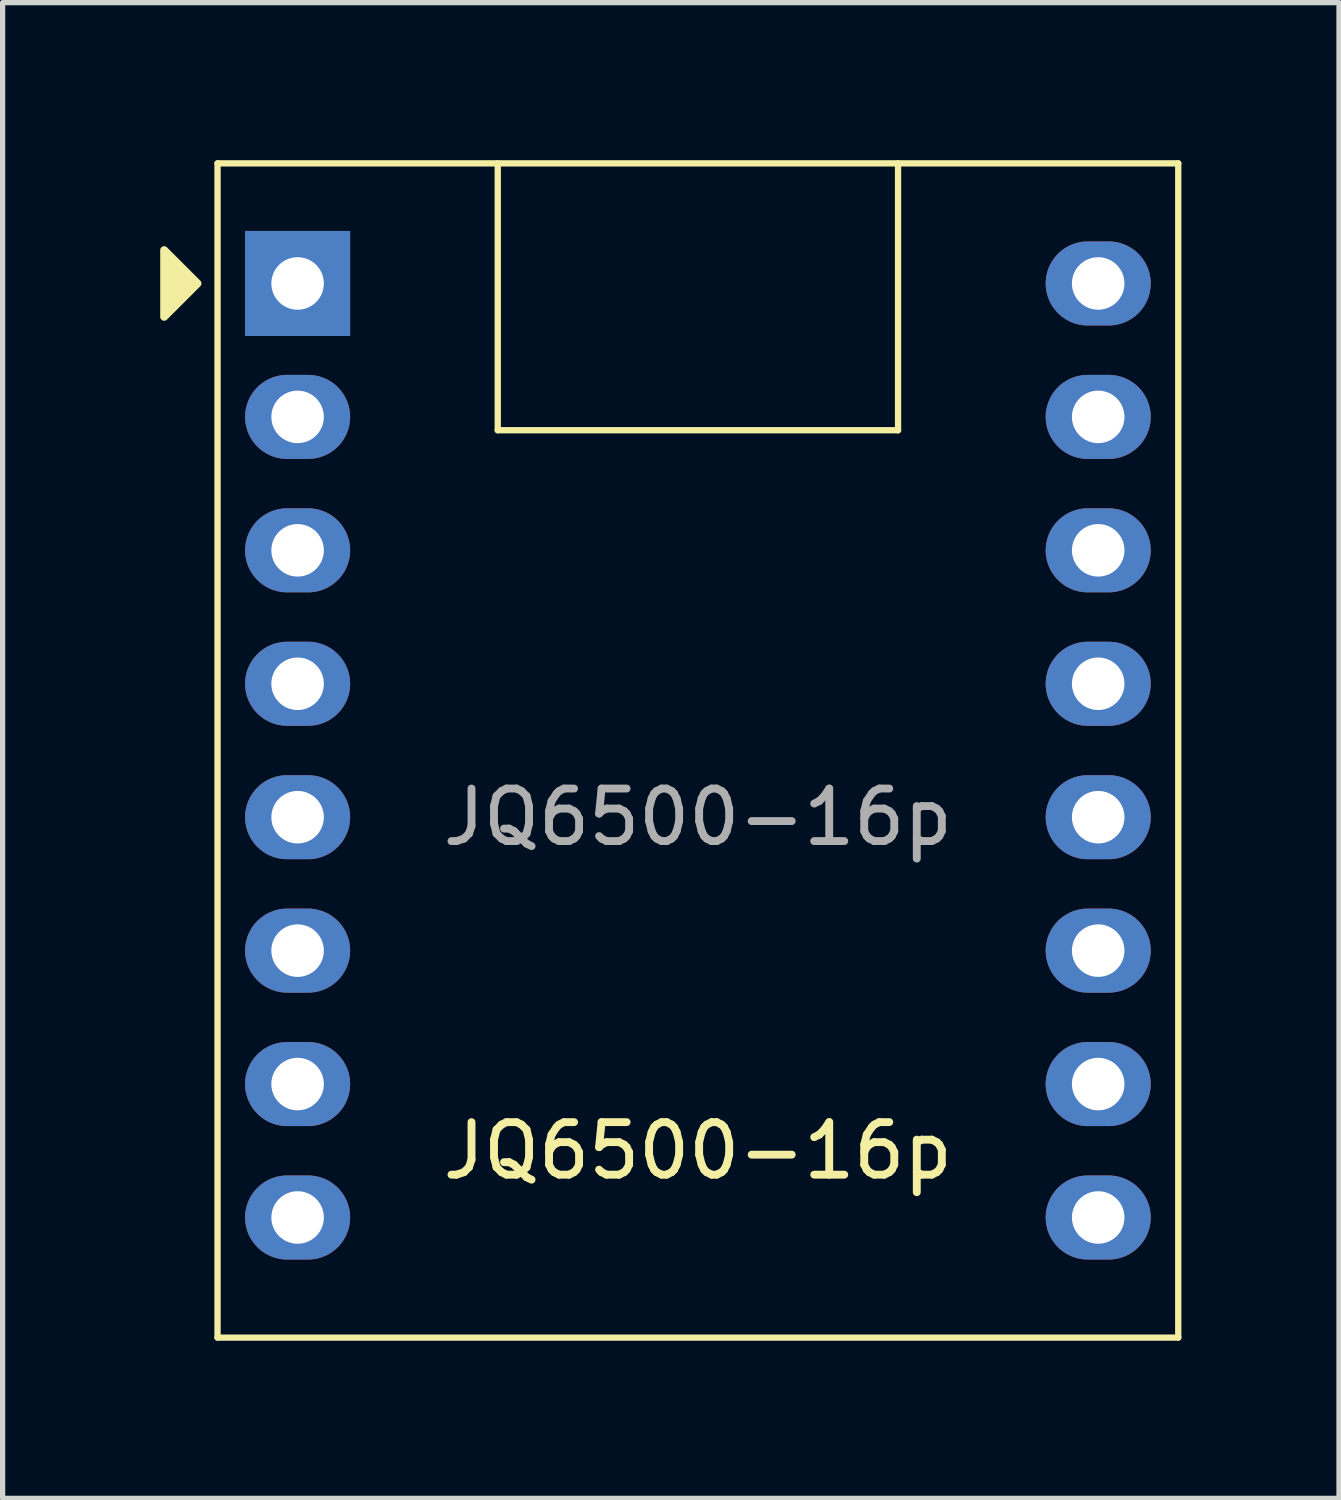
<source format=kicad_pcb>
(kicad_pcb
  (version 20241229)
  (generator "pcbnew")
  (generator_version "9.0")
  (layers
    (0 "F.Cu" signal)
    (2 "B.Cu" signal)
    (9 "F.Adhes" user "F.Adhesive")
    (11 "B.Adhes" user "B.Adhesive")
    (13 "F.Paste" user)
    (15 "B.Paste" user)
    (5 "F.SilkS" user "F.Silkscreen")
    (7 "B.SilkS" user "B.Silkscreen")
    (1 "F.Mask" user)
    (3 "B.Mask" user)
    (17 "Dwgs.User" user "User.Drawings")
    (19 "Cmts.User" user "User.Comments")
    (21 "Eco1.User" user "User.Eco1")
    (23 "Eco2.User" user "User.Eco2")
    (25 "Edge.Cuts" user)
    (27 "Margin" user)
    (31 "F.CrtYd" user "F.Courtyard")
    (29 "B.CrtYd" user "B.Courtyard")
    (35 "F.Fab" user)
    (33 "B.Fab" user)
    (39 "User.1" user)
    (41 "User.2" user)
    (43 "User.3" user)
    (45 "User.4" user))
  (footprint "JQ6500-16p"
    (layer "F.Cu")
    (at 2.615 2.346)
    (property "Reference" "JQ6500-16p" (at 7.62 16.51 0) (layer "F.SilkS") (effects (font (size 1 1) (thickness 0.15))))
    (attr through_hole)
    (fp_line (start -1.524 -2.286) (end -1.524 20.066) (stroke (width 0.12) (type solid)) (layer "F.SilkS"))
    (fp_line (start -1.524 -2.286) (end 16.764 -2.286) (stroke (width 0.12) (type solid)) (layer "F.SilkS"))
    (fp_line (start 3.81 2.794) (end 3.81 -2.286) (stroke (width 0.12) (type solid)) (layer "F.SilkS"))
    (fp_line (start 3.81 2.794) (end 11.43 2.794) (stroke (width 0.12) (type solid)) (layer "F.SilkS"))
    (fp_line (start 11.43 -2.286) (end 11.43 2.794) (stroke (width 0.12) (type solid)) (layer "F.SilkS"))
    (fp_line (start 16.764 -2.286) (end 16.764 20.066) (stroke (width 0.12) (type solid)) (layer "F.SilkS"))
    (fp_line (start 16.764 20.066) (end -1.524 20.066) (stroke (width 0.12) (type solid)) (layer "F.SilkS"))
    (fp_poly (pts (xy -2.54 -0.635) (xy -2.54 0.635) (xy -1.905 0)) (stroke (width 0.15) (type solid)) (fill yes) (layer "F.SilkS"))
    (fp_text user "${REFERENCE}" (at 7.62 10.16 0) (layer "F.Fab") (effects (font (size 1 1) (thickness 0.15))))
    (pad "1" thru_hole rect (at 0 0) (size 2 2) (drill 1) (layers "*.Cu" "*.Mask"))
    (pad "2" thru_hole oval (at 0 2.54) (size 2 1.6) (drill 1) (layers "*.Cu" "*.Mask"))
    (pad "3" thru_hole oval (at 0 5.08) (size 2 1.6) (drill 1) (layers "*.Cu" "*.Mask"))
    (pad "4" thru_hole oval (at 0 7.62) (size 2 1.6) (drill 1) (layers "*.Cu" "*.Mask"))
    (pad "5" thru_hole oval (at 0 10.16) (size 2 1.6) (drill 1) (layers "*.Cu" "*.Mask"))
    (pad "6" thru_hole oval (at 0 12.7) (size 2 1.6) (drill 1) (layers "*.Cu" "*.Mask"))
    (pad "7" thru_hole oval (at 0 15.24) (size 2 1.6) (drill 1) (layers "*.Cu" "*.Mask"))
    (pad "8" thru_hole oval (at 0 17.78) (size 2 1.6) (drill 1) (layers "*.Cu" "*.Mask"))
    (pad "9" thru_hole oval (at 15.24 17.78) (size 2 1.6) (drill 1) (layers "*.Cu" "*.Mask"))
    (pad "10" thru_hole oval (at 15.24 15.24) (size 2 1.6) (drill 1) (layers "*.Cu" "*.Mask"))
    (pad "11" thru_hole oval (at 15.24 12.7) (size 2 1.6) (drill 1) (layers "*.Cu" "*.Mask"))
    (pad "12" thru_hole oval (at 15.24 10.16) (size 2 1.6) (drill 1) (layers "*.Cu" "*.Mask"))
    (pad "13" thru_hole oval (at 15.24 7.62) (size 2 1.6) (drill 1) (layers "*.Cu" "*.Mask"))
    (pad "14" thru_hole oval (at 15.24 5.08) (size 2 1.6) (drill 1) (layers "*.Cu" "*.Mask"))
    (pad "15" thru_hole oval (at 15.24 2.54) (size 2 1.6) (drill 1) (layers "*.Cu" "*.Mask"))
    (pad "16" thru_hole oval (at 15.24 0) (size 2 1.6) (drill 1) (layers "*.Cu" "*.Mask")))
  (gr_rect
    (start -3 -3)
    (end 22.439 25.472)
    (stroke (width 0.1) (type default))
    (fill no)
    (layer "Edge.Cuts")))
</source>
